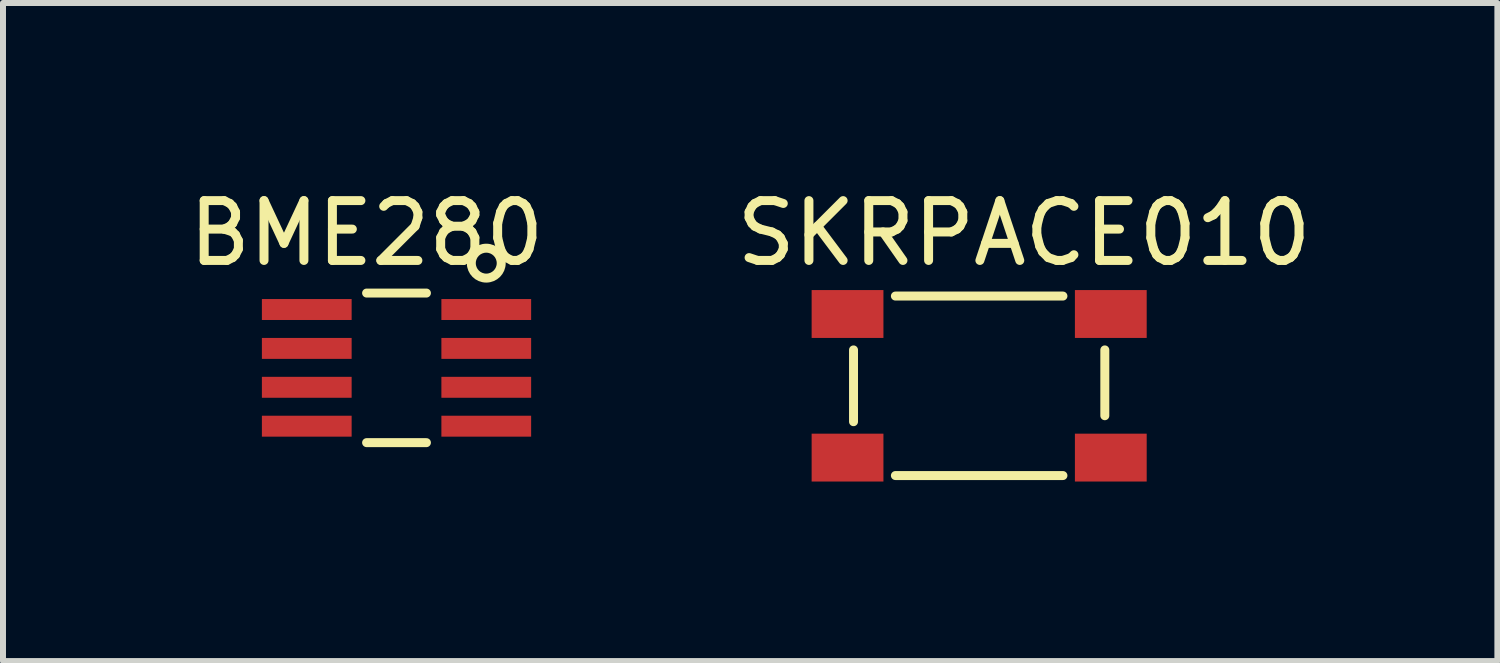
<source format=kicad_pcb>
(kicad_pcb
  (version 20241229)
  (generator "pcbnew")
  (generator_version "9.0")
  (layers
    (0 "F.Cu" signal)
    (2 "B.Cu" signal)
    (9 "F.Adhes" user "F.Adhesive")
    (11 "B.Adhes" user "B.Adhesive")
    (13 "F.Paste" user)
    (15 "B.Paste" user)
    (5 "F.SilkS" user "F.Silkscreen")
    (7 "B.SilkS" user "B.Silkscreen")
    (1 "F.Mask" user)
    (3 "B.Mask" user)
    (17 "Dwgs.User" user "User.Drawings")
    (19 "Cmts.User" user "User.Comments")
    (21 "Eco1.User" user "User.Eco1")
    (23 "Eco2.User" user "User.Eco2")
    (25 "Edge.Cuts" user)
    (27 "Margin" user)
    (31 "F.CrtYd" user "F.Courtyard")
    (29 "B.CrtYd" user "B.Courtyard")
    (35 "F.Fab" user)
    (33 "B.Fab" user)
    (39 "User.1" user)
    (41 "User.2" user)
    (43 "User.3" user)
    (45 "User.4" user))
  (footprint "BME280"
    (layer "F.Cu")
    (at 3.577 3.098)
    (property "Reference" "BME280" (at -0.5 -2.25 0) (layer "F.SilkS") (effects (font (size 1 1) (thickness 0.15))))
    (attr through_hole)
    (fp_line (start -0.5 -1.25) (end 0.5 -1.25) (stroke (width 0.15) (type solid)) (layer "F.SilkS"))
    (fp_line (start -0.5 1.25) (end 0.5 1.25) (stroke (width 0.15) (type solid)) (layer "F.SilkS"))
    (fp_circle (center 1.5 -1.75) (end 1.5 -1.5) (stroke (width 0.15) (type solid)) (fill no) (layer "F.SilkS"))
    (pad "1" smd rect (at 1.5 -0.975) (size 1.5 0.35) (layers "F.Cu" "F.Mask" "F.Paste"))
    (pad "2" smd rect (at 1.5 -0.325) (size 1.5 0.35) (layers "F.Cu" "F.Mask" "F.Paste"))
    (pad "3" smd rect (at 1.5 0.325) (size 1.5 0.35) (layers "F.Cu" "F.Mask" "F.Paste"))
    (pad "4" smd rect (at 1.5 0.975) (size 1.5 0.35) (layers "F.Cu" "F.Mask" "F.Paste"))
    (pad "5" smd rect (at -1.5 0.975) (size 1.5 0.35) (layers "F.Cu" "F.Mask" "F.Paste"))
    (pad "6" smd rect (at -1.5 0.325) (size 1.5 0.35) (layers "F.Cu" "F.Mask" "F.Paste"))
    (pad "7" smd rect (at -1.5 -0.325) (size 1.5 0.35) (layers "F.Cu" "F.Mask" "F.Paste"))
    (pad "8" smd rect (at -1.5 -0.975) (size 1.5 0.35) (layers "F.Cu" "F.Mask" "F.Paste")))
  (footprint "SKRPACE010"
    (layer "F.Cu")
    (at 13.315 3.398)
    (property "Reference" "SKRPACE010" (at 0.75 -2.55 0) (layer "F.SilkS") (effects (font (size 1 1) (thickness 0.15))))
    (attr through_hole)
    (fp_line (start -2.1 -0.6) (end -2.1 0.6) (stroke (width 0.15) (type solid)) (layer "F.SilkS"))
    (fp_line (start -1.4 -1.5) (end 1.4 -1.5) (stroke (width 0.15) (type solid)) (layer "F.SilkS"))
    (fp_line (start 1.4 1.5) (end -1.4 1.5) (stroke (width 0.15) (type solid)) (layer "F.SilkS"))
    (fp_line (start 2.1 -0.6) (end 2.1 0.5) (stroke (width 0.15) (type solid)) (layer "F.SilkS"))
    (pad "1" smd rect (at -2.2 -1.2) (size 1.2 0.8) (layers "F.Cu" "F.Mask" "F.Paste"))
    (pad "1" smd rect (at 2.2 -1.2) (size 1.2 0.8) (layers "F.Cu" "F.Mask" "F.Paste"))
    (pad "2" smd rect (at -2.2 1.2) (size 1.2 0.8) (layers "F.Cu" "F.Mask" "F.Paste"))
    (pad "2" smd rect (at 2.2 1.2) (size 1.2 0.8) (layers "F.Cu" "F.Mask" "F.Paste")))
  (gr_rect
    (start -3 -3)
    (end 21.976 7.998)
    (stroke (width 0.1) (type default))
    (fill no)
    (layer "Edge.Cuts")))
</source>
